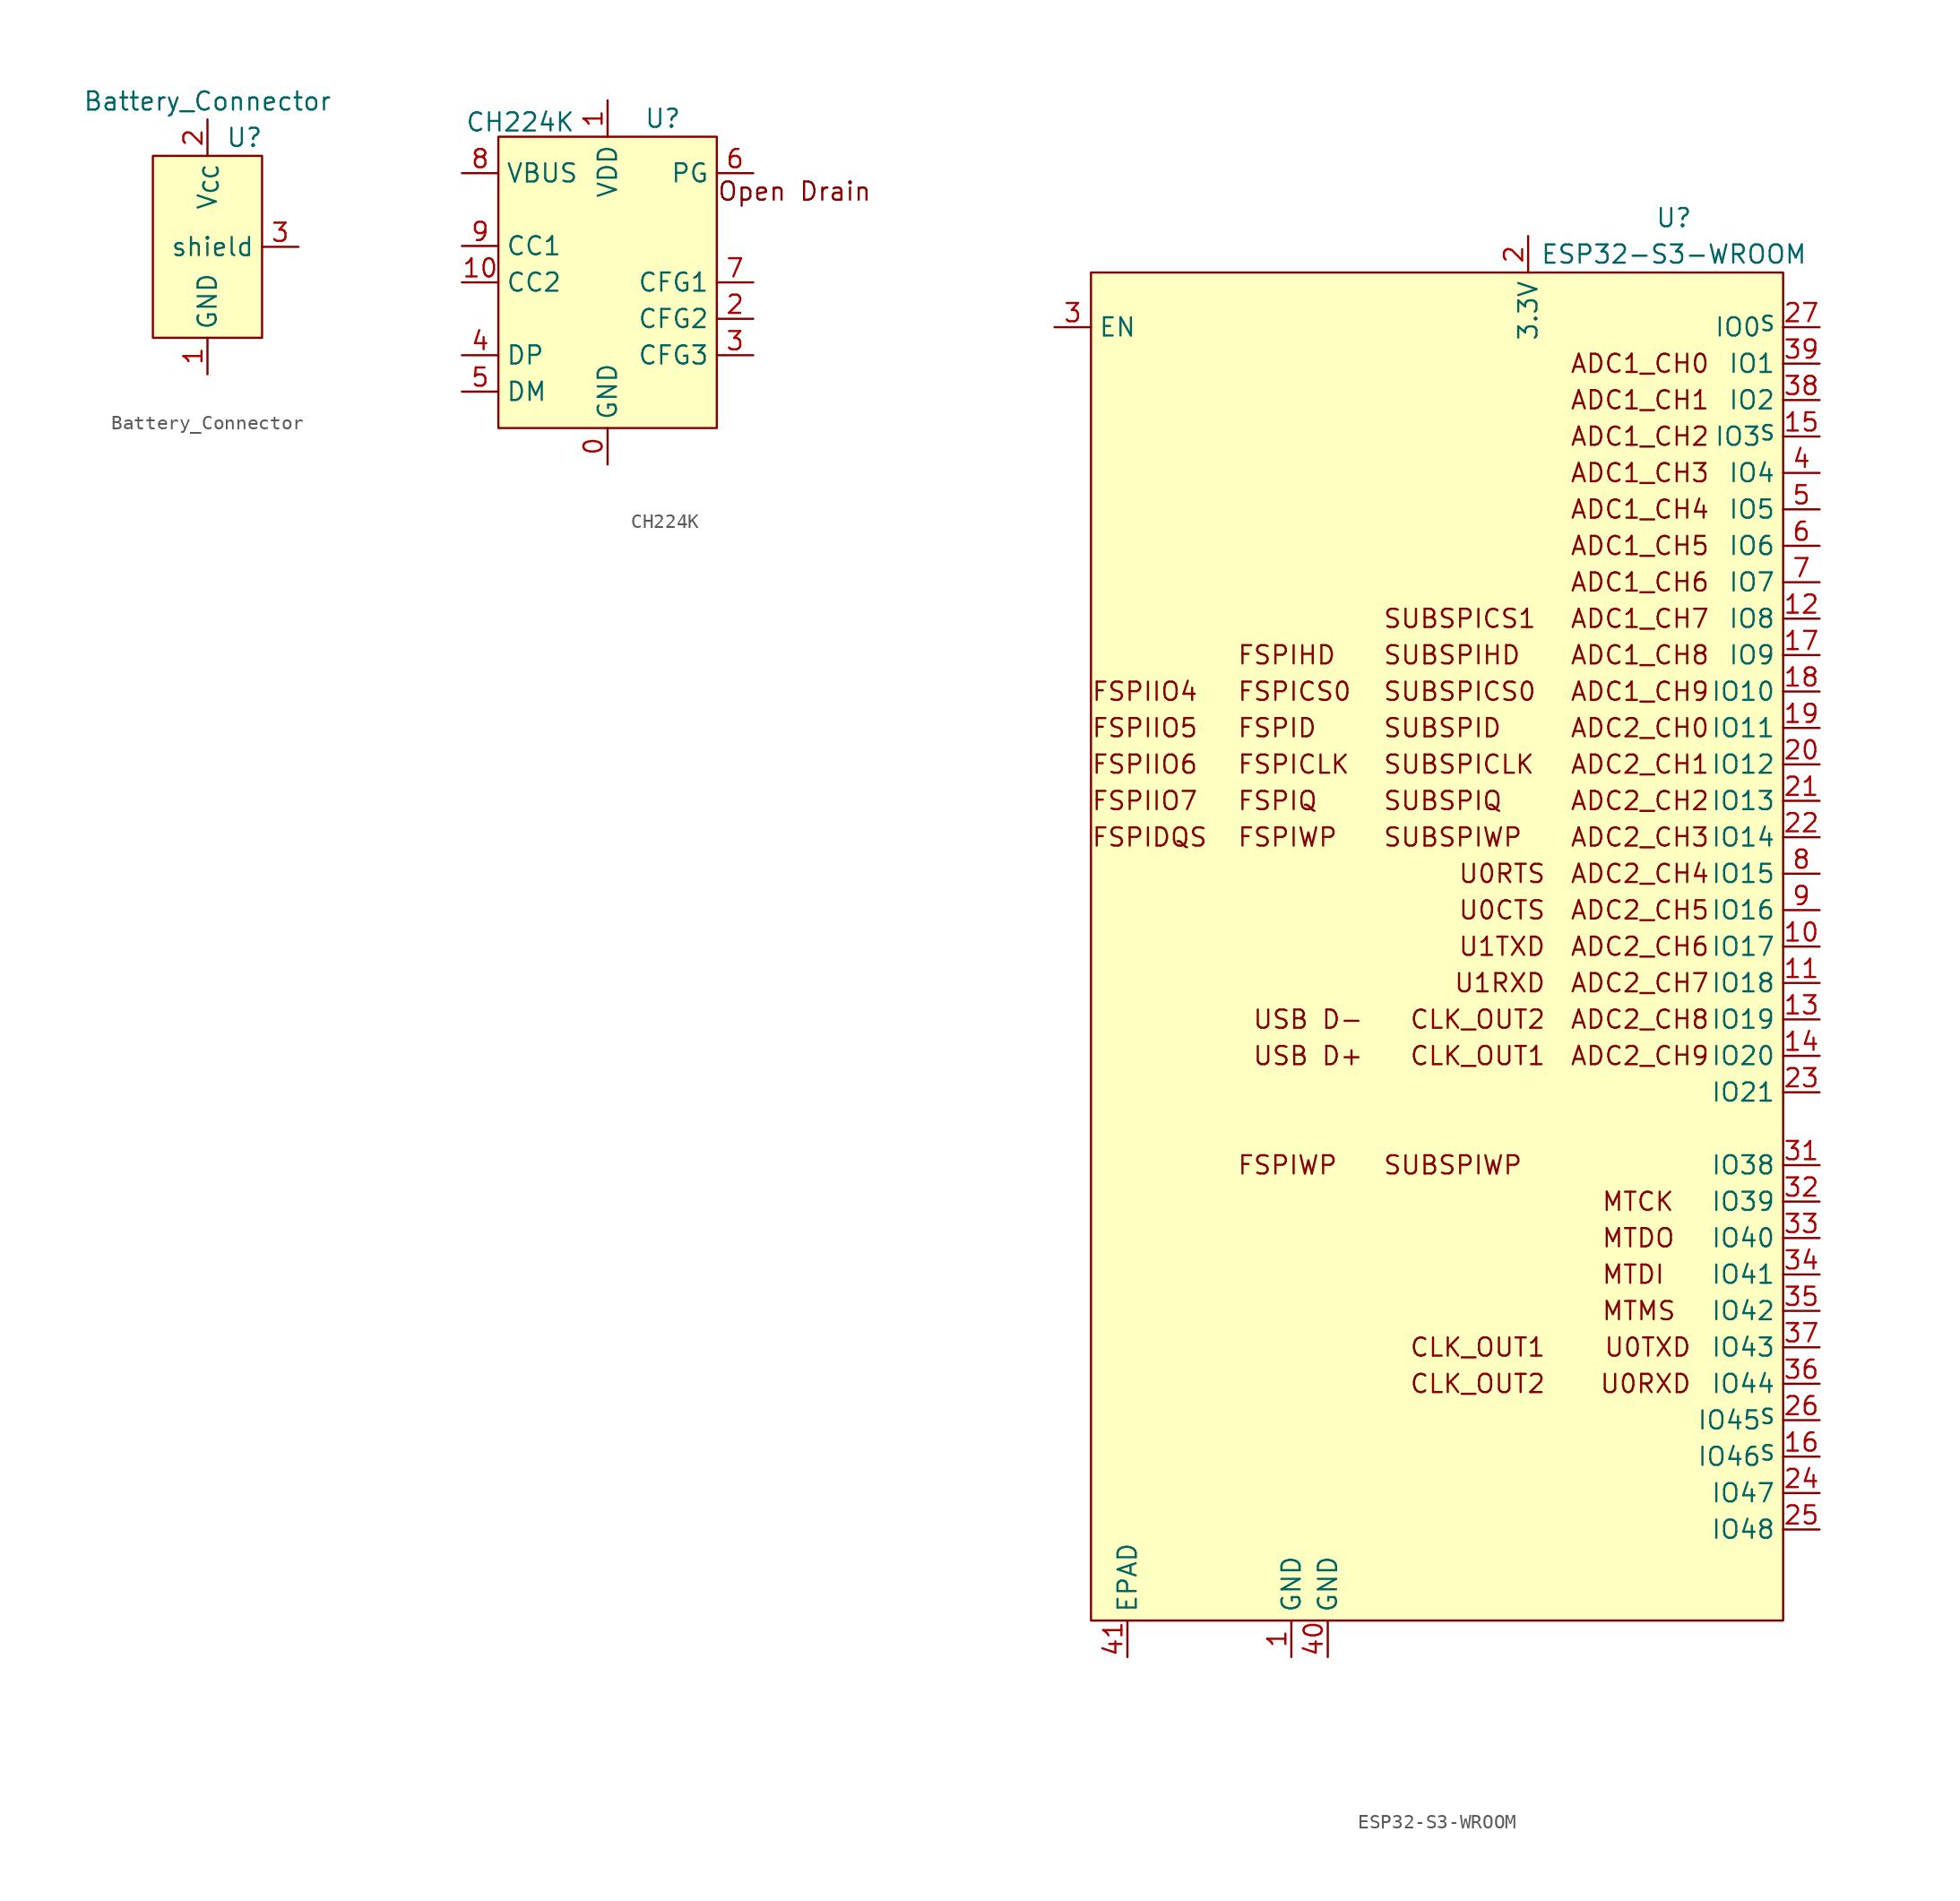
<source format=kicad_sym>
(kicad_symbol_lib
  (version 20231120)
  (generator "kicad_symbol_editor")
  (generator_version "8.0")
  (symbol "Battery_Connector"
    (property "Reference" "U"
      (at 1.27 7.62 0)
      (effects (font (size 1.27 1.27)) (justify left)))
    (property "Value" "Battery_Connector"
      (at 0 10.16 0)
      (effects (font (size 1.27 1.27))))
    (symbol "Battery_Connector_0_0"
      (pin power_in line (at 0 -8.89 90) (length 2.54) (name "GND" (effects (font (size 1.27 1.27)))) (number "1" (effects (font (size 1.27 1.27)))))
      (pin power_in line (at 0 8.89 270) (length 2.54) (name "V_{CC}" (effects (font (size 1.27 1.27)))) (number "2" (effects (font (size 1.27 1.27)))))
      (pin unspecified line (at 6.35 0 180) (length 2.54) (name "shield" (effects (font (size 1.27 1.27)))) (number "3" (effects (font (size 1.27 1.27))))))
    (symbol "Battery_Connector_0_1"
      (rectangle (start -3.81 6.35) (end 3.81 -6.35) (stroke (width 0) (type default)) (fill (type background)))))
  (symbol "CH224K"
    (property "Reference" "U"
      (at 2.54 1.27 0)
      (do_not_autoplace)
      (effects (font (size 1.27 1.27)) (justify left)))
    (property "Value" "CH224K"
      (at -6.096 1.016 0)
      (do_not_autoplace)
      (effects (font (size 1.27 1.27))))
    (symbol "CH224K_0_0"
      (pin unspecified line (at 10.16 -12.7 180) (length 2.54) (name "CFG2" (effects (font (size 1.27 1.27)))) (number "2" (effects (font (size 1.27 1.27)))))
      (pin unspecified line (at 10.16 -15.24 180) (length 2.54) (name "CFG3" (effects (font (size 1.27 1.27)))) (number "3" (effects (font (size 1.27 1.27)))))
      (pin unspecified line (at 10.16 -10.16 180) (length 2.54) (name "CFG1" (effects (font (size 1.27 1.27)))) (number "7" (effects (font (size 1.27 1.27))))))
    (symbol "CH224K_1_0"
      (pin power_in line (at 0 -22.86 90) (length 2.54) (name "GND" (effects (font (size 1.27 1.27)))) (number "0" (effects (font (size 1.27 1.27)))))
      (pin power_in line (at 0 2.54 270) (length 2.54) (name "VDD" (effects (font (size 1.27 1.27)))) (number "1" (effects (font (size 1.27 1.27)))))
      (pin bidirectional line (at -10.16 -10.16 0) (length 2.54) (name "CC2" (effects (font (size 1.27 1.27)))) (number "10" (effects (font (size 1.27 1.27)))))
      (pin bidirectional line (at -10.16 -15.24 0) (length 2.54) (name "DP" (effects (font (size 1.27 1.27)))) (number "4" (effects (font (size 1.27 1.27)))))
      (pin bidirectional line (at -10.16 -17.78 0) (length 2.54) (name "DM" (effects (font (size 1.27 1.27)))) (number "5" (effects (font (size 1.27 1.27)))))
      (pin open_collector line (at 10.16 -2.54 180) (length 2.54) (name "PG" (effects (font (size 1.27 1.27)))) (number "6" (effects (font (size 1.27 1.27)))))
      (pin power_in line (at -10.16 -2.54 0) (length 2.54) (name "VBUS" (effects (font (size 1.27 1.27)))) (number "8" (effects (font (size 1.27 1.27)))))
      (pin bidirectional line (at -10.16 -7.62 0) (length 2.54) (name "CC1" (effects (font (size 1.27 1.27)))) (number "9" (effects (font (size 1.27 1.27))))))
    (symbol "CH224K_1_1"
      (rectangle (start -7.62 0) (end 7.62 -20.32) (stroke (width 0) (type default)) (fill (type background)))
      (text "Open Drain" (at 7.62 -3.81 0) (effects (font (size 1.27 1.27)) (justify left)))))
  (symbol "ESP32-S3-WROOM"
    (property "Reference" "U"
      (at 6.35 13.97 0)
      (effects (font (size 1.27 1.27))))
    (property "Value" "ESP32-S3-WROOM"
      (at 6.35 11.43 0)
      (effects (font (size 1.27 1.27))))
    (symbol "ESP32-S3-WROOM_0_0"
      (rectangle (start -34.29 10.16) (end 13.97 -83.82) (stroke (width 0) (type default)) (fill (type background)))
      (text "ADC1_CH0" (at 8.89 3.81 0) (effects (font (size 1.27 1.27)) (justify right)))
      (text "ADC1_CH1" (at 8.89 1.27 0) (effects (font (size 1.27 1.27)) (justify right)))
      (text "ADC1_CH2" (at 8.89 -1.27 0) (effects (font (size 1.27 1.27)) (justify right)))
      (text "ADC1_CH3" (at 8.89 -3.81 0) (effects (font (size 1.27 1.27)) (justify right)))
      (text "ADC1_CH4" (at 8.89 -6.35 0) (effects (font (size 1.27 1.27)) (justify right)))
      (text "ADC1_CH5" (at 8.89 -8.89 0) (effects (font (size 1.27 1.27)) (justify right)))
      (text "ADC1_CH6" (at 8.89 -11.43 0) (effects (font (size 1.27 1.27)) (justify right)))
      (text "ADC1_CH7" (at 8.89 -13.97 0) (effects (font (size 1.27 1.27)) (justify right)))
      (text "ADC1_CH8" (at 8.89 -16.51 0) (effects (font (size 1.27 1.27)) (justify right)))
      (text "ADC1_CH9" (at 8.89 -19.05 0) (effects (font (size 1.27 1.27)) (justify right)))
      (text "ADC2_CH0" (at 8.89 -21.59 0) (effects (font (size 1.27 1.27)) (justify right)))
      (text "ADC2_CH1" (at 8.89 -24.13 0) (effects (font (size 1.27 1.27)) (justify right)))
      (text "ADC2_CH2" (at 8.89 -26.67 0) (effects (font (size 1.27 1.27)) (justify right)))
      (text "ADC2_CH3" (at 8.89 -29.21 0) (effects (font (size 1.27 1.27)) (justify right)))
      (text "ADC2_CH4" (at 8.89 -31.75 0) (effects (font (size 1.27 1.27)) (justify right)))
      (text "ADC2_CH5" (at 8.89 -34.29 0) (effects (font (size 1.27 1.27)) (justify right)))
      (text "ADC2_CH6" (at 8.89 -36.83 0) (effects (font (size 1.27 1.27)) (justify right)))
      (text "ADC2_CH7" (at 8.89 -39.37 0) (effects (font (size 1.27 1.27)) (justify right)))
      (text "ADC2_CH8" (at 8.89 -41.91 0) (effects (font (size 1.27 1.27)) (justify right)))
      (text "ADC2_CH9" (at 8.89 -44.45 0) (effects (font (size 1.27 1.27)) (justify right)))
      (text "CLK_OUT1" (at -2.54 -64.77 0) (effects (font (size 1.27 1.27)) (justify right)))
      (text "CLK_OUT1" (at -2.54 -44.45 0) (effects (font (size 1.27 1.27)) (justify right)))
      (text "CLK_OUT2" (at -2.54 -67.31 0) (effects (font (size 1.27 1.27)) (justify right)))
      (text "CLK_OUT2" (at -2.54 -41.91 0) (effects (font (size 1.27 1.27)) (justify right)))
      (text "FSPICLK" (at -24.13 -24.13 0) (effects (font (size 1.27 1.27)) (justify left)))
      (text "FSPICS0" (at -24.13 -19.05 0) (effects (font (size 1.27 1.27)) (justify left)))
      (text "FSPID" (at -24.13 -21.59 0) (effects (font (size 1.27 1.27)) (justify left)))
      (text "FSPIDQS" (at -34.29 -29.21 0) (effects (font (size 1.27 1.27)) (justify left)))
      (text "FSPIHD" (at -24.13 -16.51 0) (effects (font (size 1.27 1.27)) (justify left)))
      (text "FSPIIO4" (at -34.29 -19.05 0) (effects (font (size 1.27 1.27)) (justify left)))
      (text "FSPIIO5" (at -34.29 -21.59 0) (effects (font (size 1.27 1.27)) (justify left)))
      (text "FSPIIO6" (at -34.29 -24.13 0) (effects (font (size 1.27 1.27)) (justify left)))
      (text "FSPIIO7" (at -34.29 -26.67 0) (effects (font (size 1.27 1.27)) (justify left)))
      (text "FSPIQ" (at -24.13 -26.67 0) (effects (font (size 1.27 1.27)) (justify left)))
      (text "FSPIWP" (at -24.13 -52.07 0) (effects (font (size 1.27 1.27)) (justify left)))
      (text "FSPIWP" (at -24.13 -29.21 0) (effects (font (size 1.27 1.27)) (justify left)))
      (text "MTCK" (at 1.27 -54.61 0) (effects (font (size 1.27 1.27)) (justify left)))
      (text "MTDI" (at 1.27 -59.69 0) (effects (font (size 1.27 1.27)) (justify left)))
      (text "MTDO" (at 1.27 -57.15 0) (effects (font (size 1.27 1.27)) (justify left)))
      (text "MTMS" (at 1.27 -62.23 0) (effects (font (size 1.27 1.27)) (justify left)))
      (text "SUBSPICLK" (at -13.97 -24.13 0) (effects (font (size 1.27 1.27)) (justify left)))
      (text "SUBSPICS0" (at -13.97 -19.05 0) (effects (font (size 1.27 1.27)) (justify left)))
      (text "SUBSPICS1" (at -13.97 -13.97 0) (effects (font (size 1.27 1.27)) (justify left)))
      (text "SUBSPID" (at -13.97 -21.59 0) (effects (font (size 1.27 1.27)) (justify left)))
      (text "SUBSPIHD" (at -13.97 -16.51 0) (effects (font (size 1.27 1.27)) (justify left)))
      (text "SUBSPIQ" (at -13.97 -26.67 0) (effects (font (size 1.27 1.27)) (justify left)))
      (text "SUBSPIWP" (at -13.97 -52.07 0) (effects (font (size 1.27 1.27)) (justify left)))
      (text "SUBSPIWP" (at -13.97 -29.21 0) (effects (font (size 1.27 1.27)) (justify left)))
      (text "U0CTS" (at -2.54 -34.29 0) (effects (font (size 1.27 1.27)) (justify right)))
      (text "U0RTS" (at -2.54 -31.75 0) (effects (font (size 1.27 1.27)) (justify right)))
      (text "U0RXD" (at 7.62 -67.31 0) (effects (font (size 1.27 1.27)) (justify right)))
      (text "U0TXD" (at 7.62 -64.77 0) (effects (font (size 1.27 1.27)) (justify right)))
      (text "U1RXD" (at -2.54 -39.37 0) (effects (font (size 1.27 1.27)) (justify right)))
      (text "U1TXD" (at -2.54 -36.83 0) (effects (font (size 1.27 1.27)) (justify right)))
      (text "USB D+" (at -15.24 -44.45 0) (effects (font (size 1.27 1.27)) (justify right)))
      (text "USB D-" (at -15.24 -41.91 0) (effects (font (size 1.27 1.27)) (justify right))))
    (symbol "ESP32-S3-WROOM_1_1"
      (pin power_in line (at -20.32 -86.36 90) (length 2.54) (name "GND" (effects (font (size 1.27 1.27)))) (number "1" (effects (font (size 1.27 1.27)))))
      (pin bidirectional line (at 16.51 -36.83 180) (length 2.54) (name "IO17" (effects (font (size 1.27 1.27)))) (number "10" (effects (font (size 1.27 1.27)))))
      (pin bidirectional line (at 16.51 -39.37 180) (length 2.54) (name "IO18" (effects (font (size 1.27 1.27)))) (number "11" (effects (font (size 1.27 1.27)))))
      (pin bidirectional line (at 16.51 -13.97 180) (length 2.54) (name "IO8" (effects (font (size 1.27 1.27)))) (number "12" (effects (font (size 1.27 1.27)))))
      (pin bidirectional line (at 16.51 -41.91 180) (length 2.54) (name "IO19" (effects (font (size 1.27 1.27)))) (number "13" (effects (font (size 1.27 1.27)))))
      (pin bidirectional line (at 16.51 -44.45 180) (length 2.54) (name "IO20" (effects (font (size 1.27 1.27)))) (number "14" (effects (font (size 1.27 1.27)))))
      (pin bidirectional line (at 16.51 -1.27 180) (length 2.54) (name "IO3^{S}" (effects (font (size 1.27 1.27)))) (number "15" (effects (font (size 1.27 1.27)))))
      (pin bidirectional line (at 16.51 -72.39 180) (length 2.54) (name "IO46^{S}" (effects (font (size 1.27 1.27)))) (number "16" (effects (font (size 1.27 1.27)))))
      (pin bidirectional line (at 16.51 -16.51 180) (length 2.54) (name "IO9" (effects (font (size 1.27 1.27)))) (number "17" (effects (font (size 1.27 1.27)))))
      (pin bidirectional line (at 16.51 -19.05 180) (length 2.54) (name "IO10" (effects (font (size 1.27 1.27)))) (number "18" (effects (font (size 1.27 1.27)))))
      (pin bidirectional line (at 16.51 -21.59 180) (length 2.54) (name "IO11" (effects (font (size 1.27 1.27)))) (number "19" (effects (font (size 1.27 1.27)))))
      (pin power_in line (at -3.81 12.7 270) (length 2.54) (name "3.3V" (effects (font (size 1.27 1.27)))) (number "2" (effects (font (size 1.27 1.27)))))
      (pin bidirectional line (at 16.51 -24.13 180) (length 2.54) (name "IO12" (effects (font (size 1.27 1.27)))) (number "20" (effects (font (size 1.27 1.27)))))
      (pin bidirectional line (at 16.51 -26.67 180) (length 2.54) (name "IO13" (effects (font (size 1.27 1.27)))) (number "21" (effects (font (size 1.27 1.27)))))
      (pin bidirectional line (at 16.51 -29.21 180) (length 2.54) (name "IO14" (effects (font (size 1.27 1.27)))) (number "22" (effects (font (size 1.27 1.27)))))
      (pin bidirectional line (at 16.51 -46.99 180) (length 2.54) (name "IO21" (effects (font (size 1.27 1.27)))) (number "23" (effects (font (size 1.27 1.27)))))
      (pin bidirectional line (at 16.51 -74.93 180) (length 2.54) (name "IO47" (effects (font (size 1.27 1.27)))) (number "24" (effects (font (size 1.27 1.27)))))
      (pin bidirectional line (at 16.51 -77.47 180) (length 2.54) (name "IO48" (effects (font (size 1.27 1.27)))) (number "25" (effects (font (size 1.27 1.27)))))
      (pin bidirectional line (at 16.51 -69.85 180) (length 2.54) (name "IO45^{S}" (effects (font (size 1.27 1.27)))) (number "26" (effects (font (size 1.27 1.27)))))
      (pin bidirectional line (at 16.51 6.35 180) (length 2.54) (name "IO0^{S}" (effects (font (size 1.27 1.27)))) (number "27" (effects (font (size 1.27 1.27)))))
      (pin input line (at -36.83 6.35 0) (length 2.54) (name "EN" (effects (font (size 1.27 1.27)))) (number "3" (effects (font (size 1.27 1.27)))))
      (pin bidirectional line (at 16.51 -52.07 180) (length 2.54) (name "IO38" (effects (font (size 1.27 1.27)))) (number "31" (effects (font (size 1.27 1.27)))))
      (pin bidirectional line (at 16.51 -54.61 180) (length 2.54) (name "IO39" (effects (font (size 1.27 1.27)))) (number "32" (effects (font (size 1.27 1.27)))))
      (pin bidirectional line (at 16.51 -57.15 180) (length 2.54) (name "IO40" (effects (font (size 1.27 1.27)))) (number "33" (effects (font (size 1.27 1.27)))))
      (pin bidirectional line (at 16.51 -59.69 180) (length 2.54) (name "IO41" (effects (font (size 1.27 1.27)))) (number "34" (effects (font (size 1.27 1.27)))))
      (pin bidirectional line (at 16.51 -62.23 180) (length 2.54) (name "IO42" (effects (font (size 1.27 1.27)))) (number "35" (effects (font (size 1.27 1.27)))))
      (pin bidirectional line (at 16.51 -67.31 180) (length 2.54) (name "IO44" (effects (font (size 1.27 1.27)))) (number "36" (effects (font (size 1.27 1.27)))))
      (pin bidirectional line (at 16.51 -64.77 180) (length 2.54) (name "IO43" (effects (font (size 1.27 1.27)))) (number "37" (effects (font (size 1.27 1.27)))))
      (pin bidirectional line (at 16.51 1.27 180) (length 2.54) (name "IO2" (effects (font (size 1.27 1.27)))) (number "38" (effects (font (size 1.27 1.27)))))
      (pin bidirectional line (at 16.51 3.81 180) (length 2.54) (name "IO1" (effects (font (size 1.27 1.27)))) (number "39" (effects (font (size 1.27 1.27)))))
      (pin bidirectional line (at 16.51 -3.81 180) (length 2.54) (name "IO4" (effects (font (size 1.27 1.27)))) (number "4" (effects (font (size 1.27 1.27)))))
      (pin power_in line (at -17.78 -86.36 90) (length 2.54) (name "GND" (effects (font (size 1.27 1.27)))) (number "40" (effects (font (size 1.27 1.27)))))
      (pin power_in line (at -31.75 -86.36 90) (length 2.54) (name "EPAD" (effects (font (size 1.27 1.27)))) (number "41" (effects (font (size 1.27 1.27)))))
      (pin bidirectional line (at 16.51 -6.35 180) (length 2.54) (name "IO5" (effects (font (size 1.27 1.27)))) (number "5" (effects (font (size 1.27 1.27)))))
      (pin bidirectional line (at 16.51 -8.89 180) (length 2.54) (name "IO6" (effects (font (size 1.27 1.27)))) (number "6" (effects (font (size 1.27 1.27)))))
      (pin bidirectional line (at 16.51 -11.43 180) (length 2.54) (name "IO7" (effects (font (size 1.27 1.27)))) (number "7" (effects (font (size 1.27 1.27)))))
      (pin bidirectional line (at 16.51 -31.75 180) (length 2.54) (name "IO15" (effects (font (size 1.27 1.27)))) (number "8" (effects (font (size 1.27 1.27)))))
      (pin bidirectional line (at 16.51 -34.29 180) (length 2.54) (name "IO16" (effects (font (size 1.27 1.27)))) (number "9" (effects (font (size 1.27 1.27))))))))
</source>
